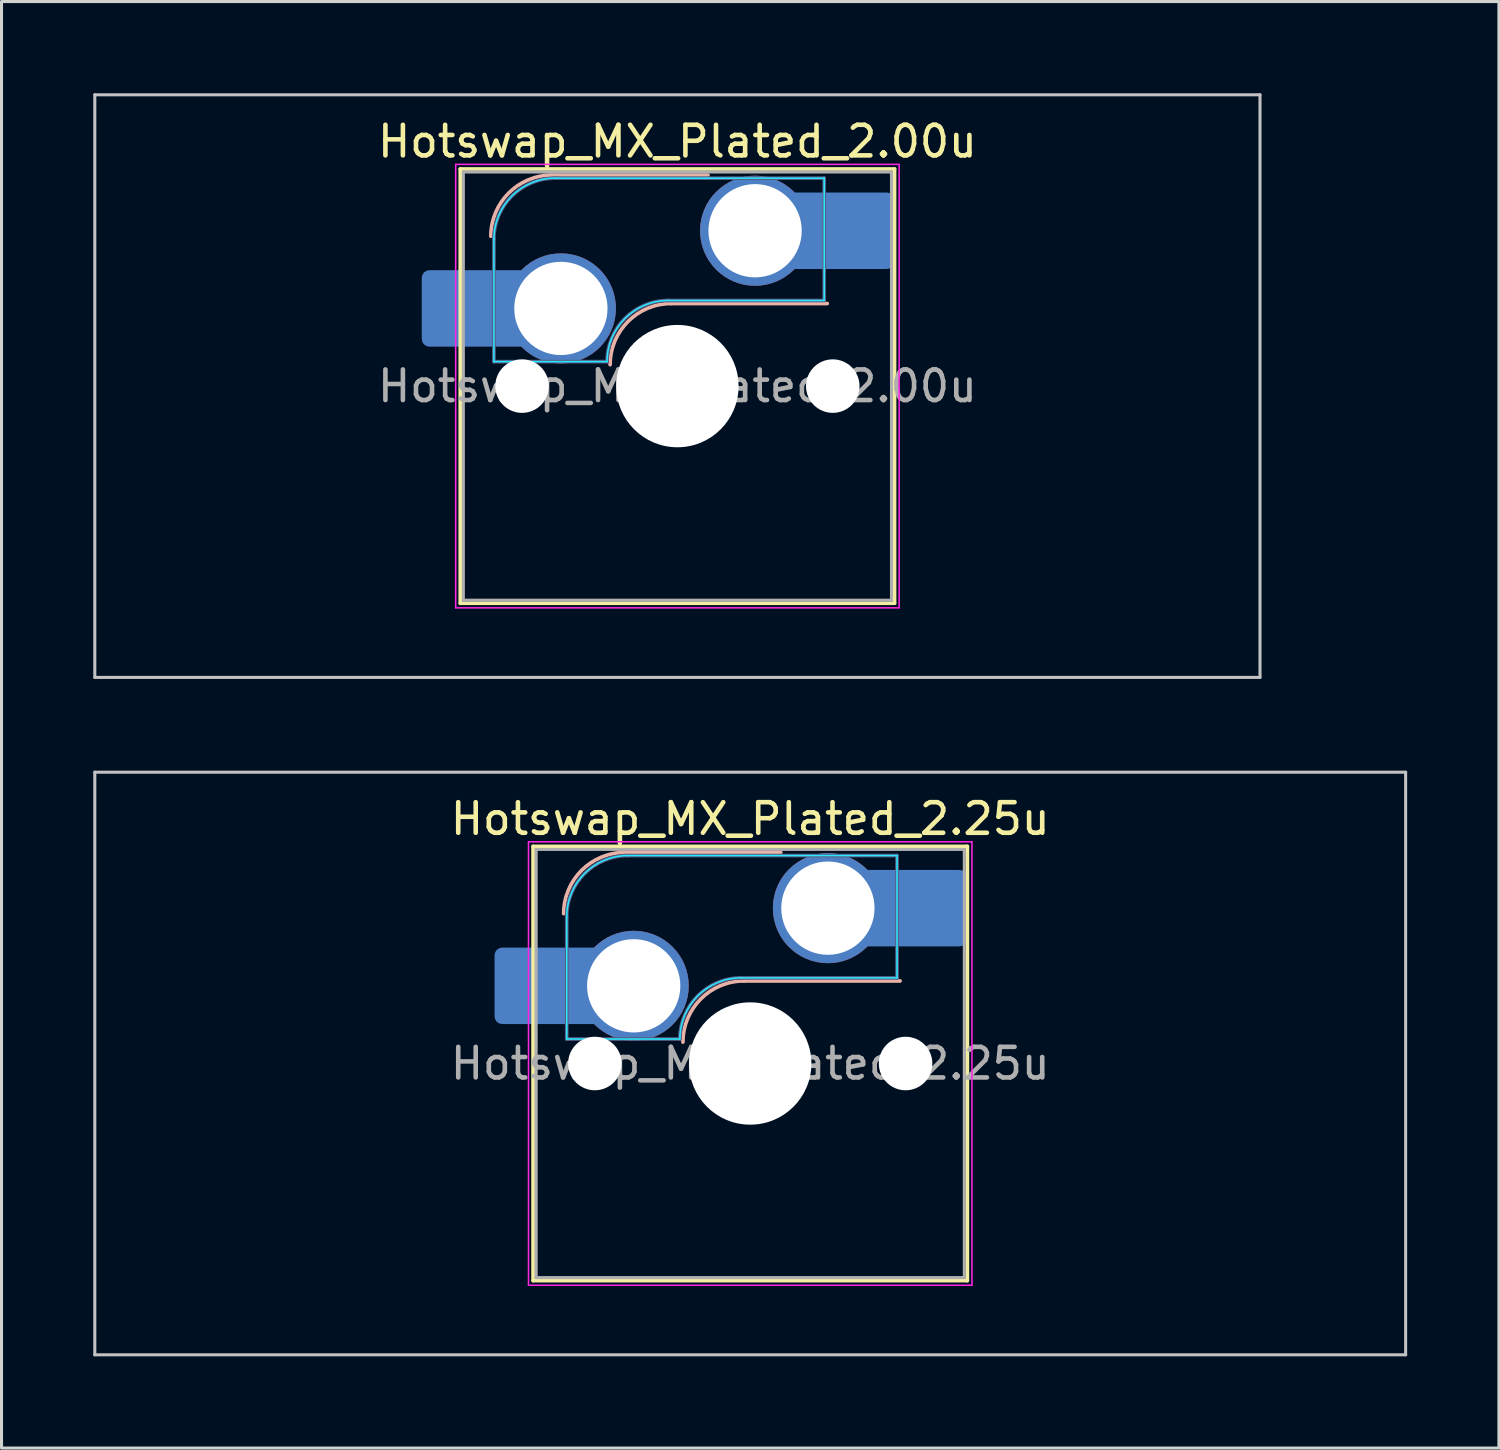
<source format=kicad_pcb>
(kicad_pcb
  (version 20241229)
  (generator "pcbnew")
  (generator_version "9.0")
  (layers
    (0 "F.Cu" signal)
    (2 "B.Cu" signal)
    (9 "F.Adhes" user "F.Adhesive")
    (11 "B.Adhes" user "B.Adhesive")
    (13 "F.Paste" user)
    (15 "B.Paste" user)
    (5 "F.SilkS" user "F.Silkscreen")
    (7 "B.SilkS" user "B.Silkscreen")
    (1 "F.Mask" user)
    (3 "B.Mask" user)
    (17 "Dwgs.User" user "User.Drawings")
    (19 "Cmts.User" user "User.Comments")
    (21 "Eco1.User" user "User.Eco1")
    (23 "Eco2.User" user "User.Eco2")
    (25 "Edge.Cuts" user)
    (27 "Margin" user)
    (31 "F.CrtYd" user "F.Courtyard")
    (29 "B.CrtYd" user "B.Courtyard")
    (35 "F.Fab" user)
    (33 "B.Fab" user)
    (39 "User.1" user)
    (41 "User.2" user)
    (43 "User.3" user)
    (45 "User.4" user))
  (footprint "Hotswap_MX_Plated_2.00u"
    (layer "F.Cu")
    (at 19.1 9.575)
    (property "Reference" "Hotswap_MX_Plated_2.00u" (at 0 -8 0) (layer "F.SilkS") (effects (font (size 1 1) (thickness 0.15))))
    (attr smd)
    (fp_line (start -7.1 -7.1) (end -7.1 7.1) (stroke (width 0.12) (type solid)) (layer "F.SilkS"))
    (fp_line (start -7.1 7.1) (end 7.1 7.1) (stroke (width 0.12) (type solid)) (layer "F.SilkS"))
    (fp_line (start 7.1 -7.1) (end -7.1 -7.1) (stroke (width 0.12) (type solid)) (layer "F.SilkS"))
    (fp_line (start 7.1 7.1) (end 7.1 -7.1) (stroke (width 0.12) (type solid)) (layer "F.SilkS"))
    (fp_line (start -4.1 -6.9) (end 1 -6.9) (stroke (width 0.12) (type solid)) (layer "B.SilkS"))
    (fp_line (start -0.2 -2.7) (end 4.9 -2.7) (stroke (width 0.12) (type solid)) (layer "B.SilkS"))
    (fp_arc (start -6.1 -4.9) (mid -5.514214 -6.314214) (end -4.1 -6.9) (stroke (width 0.12) (type solid)) (layer "B.SilkS"))
    (fp_arc (start -2.2 -0.7) (mid -1.614214 -2.114214) (end -0.2 -2.7) (stroke (width 0.12) (type solid)) (layer "B.SilkS"))
    (fp_line (start -19.05 -9.525) (end -19.05 9.525) (stroke (width 0.1) (type solid)) (layer "Dwgs.User"))
    (fp_line (start -19.05 9.525) (end 19.05 9.525) (stroke (width 0.1) (type solid)) (layer "Dwgs.User"))
    (fp_line (start 19.05 -9.525) (end -19.05 -9.525) (stroke (width 0.1) (type solid)) (layer "Dwgs.User"))
    (fp_line (start 19.05 9.525) (end 19.05 -9.525) (stroke (width 0.1) (type solid)) (layer "Dwgs.User"))
    (fp_line (start -7.8 -6) (end -7 -6) (stroke (width 0.1) (type solid)) (layer "Eco1.User"))
    (fp_line (start -7.8 -2.9) (end -7.8 -6) (stroke (width 0.1) (type solid)) (layer "Eco1.User"))
    (fp_line (start -7.8 2.9) (end -7 2.9) (stroke (width 0.1) (type solid)) (layer "Eco1.User"))
    (fp_line (start -7.8 6) (end -7.8 2.9) (stroke (width 0.1) (type solid)) (layer "Eco1.User"))
    (fp_line (start -7 -7) (end 7 -7) (stroke (width 0.1) (type solid)) (layer "Eco1.User"))
    (fp_line (start -7 -6) (end -7 -7) (stroke (width 0.1) (type solid)) (layer "Eco1.User"))
    (fp_line (start -7 -2.9) (end -7.8 -2.9) (stroke (width 0.1) (type solid)) (layer "Eco1.User"))
    (fp_line (start -7 2.9) (end -7 -2.9) (stroke (width 0.1) (type solid)) (layer "Eco1.User"))
    (fp_line (start -7 6) (end -7.8 6) (stroke (width 0.1) (type solid)) (layer "Eco1.User"))
    (fp_line (start -7 7) (end -7 6) (stroke (width 0.1) (type solid)) (layer "Eco1.User"))
    (fp_line (start 7 -7) (end 7 -6) (stroke (width 0.1) (type solid)) (layer "Eco1.User"))
    (fp_line (start 7 -6) (end 7.8 -6) (stroke (width 0.1) (type solid)) (layer "Eco1.User"))
    (fp_line (start 7 -2.9) (end 7 2.9) (stroke (width 0.1) (type solid)) (layer "Eco1.User"))
    (fp_line (start 7 2.9) (end 7.8 2.9) (stroke (width 0.1) (type solid)) (layer "Eco1.User"))
    (fp_line (start 7 6) (end 7 7) (stroke (width 0.1) (type solid)) (layer "Eco1.User"))
    (fp_line (start 7 7) (end -7 7) (stroke (width 0.1) (type solid)) (layer "Eco1.User"))
    (fp_line (start 7.8 -6) (end 7.8 -2.9) (stroke (width 0.1) (type solid)) (layer "Eco1.User"))
    (fp_line (start 7.8 -2.9) (end 7 -2.9) (stroke (width 0.1) (type solid)) (layer "Eco1.User"))
    (fp_line (start 7.8 2.9) (end 7.8 6) (stroke (width 0.1) (type solid)) (layer "Eco1.User"))
    (fp_line (start 7.8 6) (end 7 6) (stroke (width 0.1) (type solid)) (layer "Eco1.User"))
    (fp_line (start -6 -0.8) (end -6 -4.8) (stroke (width 0.05) (type solid)) (layer "B.CrtYd"))
    (fp_line (start -6 -0.8) (end -2.3 -0.8) (stroke (width 0.05) (type solid)) (layer "B.CrtYd"))
    (fp_line (start -4 -6.8) (end 4.8 -6.8) (stroke (width 0.05) (type solid)) (layer "B.CrtYd"))
    (fp_line (start -0.3 -2.8) (end 4.8 -2.8) (stroke (width 0.05) (type solid)) (layer "B.CrtYd"))
    (fp_line (start 4.8 -6.8) (end 4.8 -2.8) (stroke (width 0.05) (type solid)) (layer "B.CrtYd"))
    (fp_arc (start -6 -4.8) (mid -5.414214 -6.214214) (end -4 -6.8) (stroke (width 0.05) (type solid)) (layer "B.CrtYd"))
    (fp_arc (start -2.3 -0.8) (mid -1.714214 -2.214214) (end -0.3 -2.8) (stroke (width 0.05) (type solid)) (layer "B.CrtYd"))
    (fp_line (start -7.25 -7.25) (end -7.25 7.25) (stroke (width 0.05) (type solid)) (layer "F.CrtYd"))
    (fp_line (start -7.25 7.25) (end 7.25 7.25) (stroke (width 0.05) (type solid)) (layer "F.CrtYd"))
    (fp_line (start 7.25 -7.25) (end -7.25 -7.25) (stroke (width 0.05) (type solid)) (layer "F.CrtYd"))
    (fp_line (start 7.25 7.25) (end 7.25 -7.25) (stroke (width 0.05) (type solid)) (layer "F.CrtYd"))
    (fp_line (start -6 -0.8) (end -6 -4.8) (stroke (width 0.12) (type solid)) (layer "B.Fab"))
    (fp_line (start -6 -0.8) (end -2.3 -0.8) (stroke (width 0.12) (type solid)) (layer "B.Fab"))
    (fp_line (start -4 -6.8) (end 4.8 -6.8) (stroke (width 0.12) (type solid)) (layer "B.Fab"))
    (fp_line (start -0.3 -2.8) (end 4.8 -2.8) (stroke (width 0.12) (type solid)) (layer "B.Fab"))
    (fp_line (start 4.8 -6.8) (end 4.8 -2.8) (stroke (width 0.12) (type solid)) (layer "B.Fab"))
    (fp_arc (start -6 -4.8) (mid -5.414214 -6.214214) (end -4 -6.8) (stroke (width 0.12) (type solid)) (layer "B.Fab"))
    (fp_arc (start -2.3 -0.8) (mid -1.714214 -2.214214) (end -0.3 -2.8) (stroke (width 0.12) (type solid)) (layer "B.Fab"))
    (fp_line (start -7 -7) (end -7 7) (stroke (width 0.1) (type solid)) (layer "F.Fab"))
    (fp_line (start -7 7) (end 7 7) (stroke (width 0.1) (type solid)) (layer "F.Fab"))
    (fp_line (start 7 -7) (end -7 -7) (stroke (width 0.1) (type solid)) (layer "F.Fab"))
    (fp_line (start 7 7) (end 7 -7) (stroke (width 0.1) (type solid)) (layer "F.Fab"))
    (fp_text user "${REFERENCE}" (at 0 0 0) (layer "F.Fab") (effects (font (size 1 1) (thickness 0.15))))
    (pad "" smd roundrect (at -7.085 -2.54) (size 2.55 2.5) (layers "B.Mask" "B.Paste") (roundrect_rratio 0.1))
    (pad "" np_thru_hole circle (at -5.08 0) (size 1.75 1.75) (drill 1.75) (layers "*.Cu" "*.Mask"))
    (pad "" np_thru_hole circle (at 0 0) (size 4 4) (drill 4) (layers "*.Cu" "*.Mask"))
    (pad "" np_thru_hole circle (at 5.08 0) (size 1.75 1.75) (drill 1.75) (layers "*.Cu" "*.Mask"))
    (pad "" smd roundrect (at 5.842 -5.08) (size 2.55 2.5) (layers "B.Mask" "B.Paste") (roundrect_rratio 0.1))
    (pad "1" smd roundrect (at -6.585 -2.54) (size 3.55 2.5) (layers "B.Cu") (roundrect_rratio 0.1))
    (pad "1" thru_hole circle (at -3.81 -2.54) (size 3.6 3.6) (drill 3.05) (layers "*.Cu" "*.Mask"))
    (pad "2" thru_hole circle (at 2.54 -5.08) (size 3.6 3.6) (drill 3.05) (layers "*.Cu" "*.Mask"))
    (pad "2" smd roundrect (at 5.32 -5.08) (size 3.55 2.5) (layers "B.Cu") (roundrect_rratio 0.1)))
  (footprint "Hotswap_MX_Plated_2.25u"
    (layer "F.Cu")
    (at 21.481 31.725)
    (property "Reference" "Hotswap_MX_Plated_2.25u" (at 0 -8 0) (layer "F.SilkS") (effects (font (size 1 1) (thickness 0.15))))
    (attr smd)
    (fp_line (start -7.1 -7.1) (end -7.1 7.1) (stroke (width 0.12) (type solid)) (layer "F.SilkS"))
    (fp_line (start -7.1 7.1) (end 7.1 7.1) (stroke (width 0.12) (type solid)) (layer "F.SilkS"))
    (fp_line (start 7.1 -7.1) (end -7.1 -7.1) (stroke (width 0.12) (type solid)) (layer "F.SilkS"))
    (fp_line (start 7.1 7.1) (end 7.1 -7.1) (stroke (width 0.12) (type solid)) (layer "F.SilkS"))
    (fp_line (start -4.1 -6.9) (end 1 -6.9) (stroke (width 0.12) (type solid)) (layer "B.SilkS"))
    (fp_line (start -0.2 -2.7) (end 4.9 -2.7) (stroke (width 0.12) (type solid)) (layer "B.SilkS"))
    (fp_arc (start -6.1 -4.9) (mid -5.514214 -6.314214) (end -4.1 -6.9) (stroke (width 0.12) (type solid)) (layer "B.SilkS"))
    (fp_arc (start -2.2 -0.7) (mid -1.614214 -2.114214) (end -0.2 -2.7) (stroke (width 0.12) (type solid)) (layer "B.SilkS"))
    (fp_line (start -21.431 -9.525) (end -21.431 9.525) (stroke (width 0.1) (type solid)) (layer "Dwgs.User"))
    (fp_line (start -21.431 9.525) (end 21.431 9.525) (stroke (width 0.1) (type solid)) (layer "Dwgs.User"))
    (fp_line (start 21.431 -9.525) (end -21.431 -9.525) (stroke (width 0.1) (type solid)) (layer "Dwgs.User"))
    (fp_line (start 21.431 9.525) (end 21.431 -9.525) (stroke (width 0.1) (type solid)) (layer "Dwgs.User"))
    (fp_line (start -7.8 -6) (end -7 -6) (stroke (width 0.1) (type solid)) (layer "Eco1.User"))
    (fp_line (start -7.8 -2.9) (end -7.8 -6) (stroke (width 0.1) (type solid)) (layer "Eco1.User"))
    (fp_line (start -7.8 2.9) (end -7 2.9) (stroke (width 0.1) (type solid)) (layer "Eco1.User"))
    (fp_line (start -7.8 6) (end -7.8 2.9) (stroke (width 0.1) (type solid)) (layer "Eco1.User"))
    (fp_line (start -7 -7) (end 7 -7) (stroke (width 0.1) (type solid)) (layer "Eco1.User"))
    (fp_line (start -7 -6) (end -7 -7) (stroke (width 0.1) (type solid)) (layer "Eco1.User"))
    (fp_line (start -7 -2.9) (end -7.8 -2.9) (stroke (width 0.1) (type solid)) (layer "Eco1.User"))
    (fp_line (start -7 2.9) (end -7 -2.9) (stroke (width 0.1) (type solid)) (layer "Eco1.User"))
    (fp_line (start -7 6) (end -7.8 6) (stroke (width 0.1) (type solid)) (layer "Eco1.User"))
    (fp_line (start -7 7) (end -7 6) (stroke (width 0.1) (type solid)) (layer "Eco1.User"))
    (fp_line (start 7 -7) (end 7 -6) (stroke (width 0.1) (type solid)) (layer "Eco1.User"))
    (fp_line (start 7 -6) (end 7.8 -6) (stroke (width 0.1) (type solid)) (layer "Eco1.User"))
    (fp_line (start 7 -2.9) (end 7 2.9) (stroke (width 0.1) (type solid)) (layer "Eco1.User"))
    (fp_line (start 7 2.9) (end 7.8 2.9) (stroke (width 0.1) (type solid)) (layer "Eco1.User"))
    (fp_line (start 7 6) (end 7 7) (stroke (width 0.1) (type solid)) (layer "Eco1.User"))
    (fp_line (start 7 7) (end -7 7) (stroke (width 0.1) (type solid)) (layer "Eco1.User"))
    (fp_line (start 7.8 -6) (end 7.8 -2.9) (stroke (width 0.1) (type solid)) (layer "Eco1.User"))
    (fp_line (start 7.8 -2.9) (end 7 -2.9) (stroke (width 0.1) (type solid)) (layer "Eco1.User"))
    (fp_line (start 7.8 2.9) (end 7.8 6) (stroke (width 0.1) (type solid)) (layer "Eco1.User"))
    (fp_line (start 7.8 6) (end 7 6) (stroke (width 0.1) (type solid)) (layer "Eco1.User"))
    (fp_line (start -6 -0.8) (end -6 -4.8) (stroke (width 0.05) (type solid)) (layer "B.CrtYd"))
    (fp_line (start -6 -0.8) (end -2.3 -0.8) (stroke (width 0.05) (type solid)) (layer "B.CrtYd"))
    (fp_line (start -4 -6.8) (end 4.8 -6.8) (stroke (width 0.05) (type solid)) (layer "B.CrtYd"))
    (fp_line (start -0.3 -2.8) (end 4.8 -2.8) (stroke (width 0.05) (type solid)) (layer "B.CrtYd"))
    (fp_line (start 4.8 -6.8) (end 4.8 -2.8) (stroke (width 0.05) (type solid)) (layer "B.CrtYd"))
    (fp_arc (start -6 -4.8) (mid -5.414214 -6.214214) (end -4 -6.8) (stroke (width 0.05) (type solid)) (layer "B.CrtYd"))
    (fp_arc (start -2.3 -0.8) (mid -1.714214 -2.214214) (end -0.3 -2.8) (stroke (width 0.05) (type solid)) (layer "B.CrtYd"))
    (fp_line (start -7.25 -7.25) (end -7.25 7.25) (stroke (width 0.05) (type solid)) (layer "F.CrtYd"))
    (fp_line (start -7.25 7.25) (end 7.25 7.25) (stroke (width 0.05) (type solid)) (layer "F.CrtYd"))
    (fp_line (start 7.25 -7.25) (end -7.25 -7.25) (stroke (width 0.05) (type solid)) (layer "F.CrtYd"))
    (fp_line (start 7.25 7.25) (end 7.25 -7.25) (stroke (width 0.05) (type solid)) (layer "F.CrtYd"))
    (fp_line (start -6 -0.8) (end -6 -4.8) (stroke (width 0.12) (type solid)) (layer "B.Fab"))
    (fp_line (start -6 -0.8) (end -2.3 -0.8) (stroke (width 0.12) (type solid)) (layer "B.Fab"))
    (fp_line (start -4 -6.8) (end 4.8 -6.8) (stroke (width 0.12) (type solid)) (layer "B.Fab"))
    (fp_line (start -0.3 -2.8) (end 4.8 -2.8) (stroke (width 0.12) (type solid)) (layer "B.Fab"))
    (fp_line (start 4.8 -6.8) (end 4.8 -2.8) (stroke (width 0.12) (type solid)) (layer "B.Fab"))
    (fp_arc (start -6 -4.8) (mid -5.414214 -6.214214) (end -4 -6.8) (stroke (width 0.12) (type solid)) (layer "B.Fab"))
    (fp_arc (start -2.3 -0.8) (mid -1.714214 -2.214214) (end -0.3 -2.8) (stroke (width 0.12) (type solid)) (layer "B.Fab"))
    (fp_line (start -7 -7) (end -7 7) (stroke (width 0.1) (type solid)) (layer "F.Fab"))
    (fp_line (start -7 7) (end 7 7) (stroke (width 0.1) (type solid)) (layer "F.Fab"))
    (fp_line (start 7 -7) (end -7 -7) (stroke (width 0.1) (type solid)) (layer "F.Fab"))
    (fp_line (start 7 7) (end 7 -7) (stroke (width 0.1) (type solid)) (layer "F.Fab"))
    (fp_text user "${REFERENCE}" (at 0 0 0) (layer "F.Fab") (effects (font (size 1 1) (thickness 0.15))))
    (pad "" smd roundrect (at -7.085 -2.54) (size 2.55 2.5) (layers "B.Mask" "B.Paste") (roundrect_rratio 0.1))
    (pad "" np_thru_hole circle (at -5.08 0) (size 1.75 1.75) (drill 1.75) (layers "*.Cu" "*.Mask"))
    (pad "" np_thru_hole circle (at 0 0) (size 4 4) (drill 4) (layers "*.Cu" "*.Mask"))
    (pad "" np_thru_hole circle (at 5.08 0) (size 1.75 1.75) (drill 1.75) (layers "*.Cu" "*.Mask"))
    (pad "" smd roundrect (at 5.842 -5.08) (size 2.55 2.5) (layers "B.Mask" "B.Paste") (roundrect_rratio 0.1))
    (pad "1" smd roundrect (at -6.585 -2.54) (size 3.55 2.5) (layers "B.Cu") (roundrect_rratio 0.1))
    (pad "1" thru_hole circle (at -3.81 -2.54) (size 3.6 3.6) (drill 3.05) (layers "*.Cu" "*.Mask"))
    (pad "2" thru_hole circle (at 2.54 -5.08) (size 3.6 3.6) (drill 3.05) (layers "*.Cu" "*.Mask"))
    (pad "2" smd roundrect (at 5.32 -5.08) (size 3.55 2.5) (layers "B.Cu") (roundrect_rratio 0.1)))
  (gr_rect
    (start -3 -3)
    (end 45.962 44.3)
    (stroke (width 0.1) (type default))
    (fill no)
    (layer "Edge.Cuts")))
</source>
